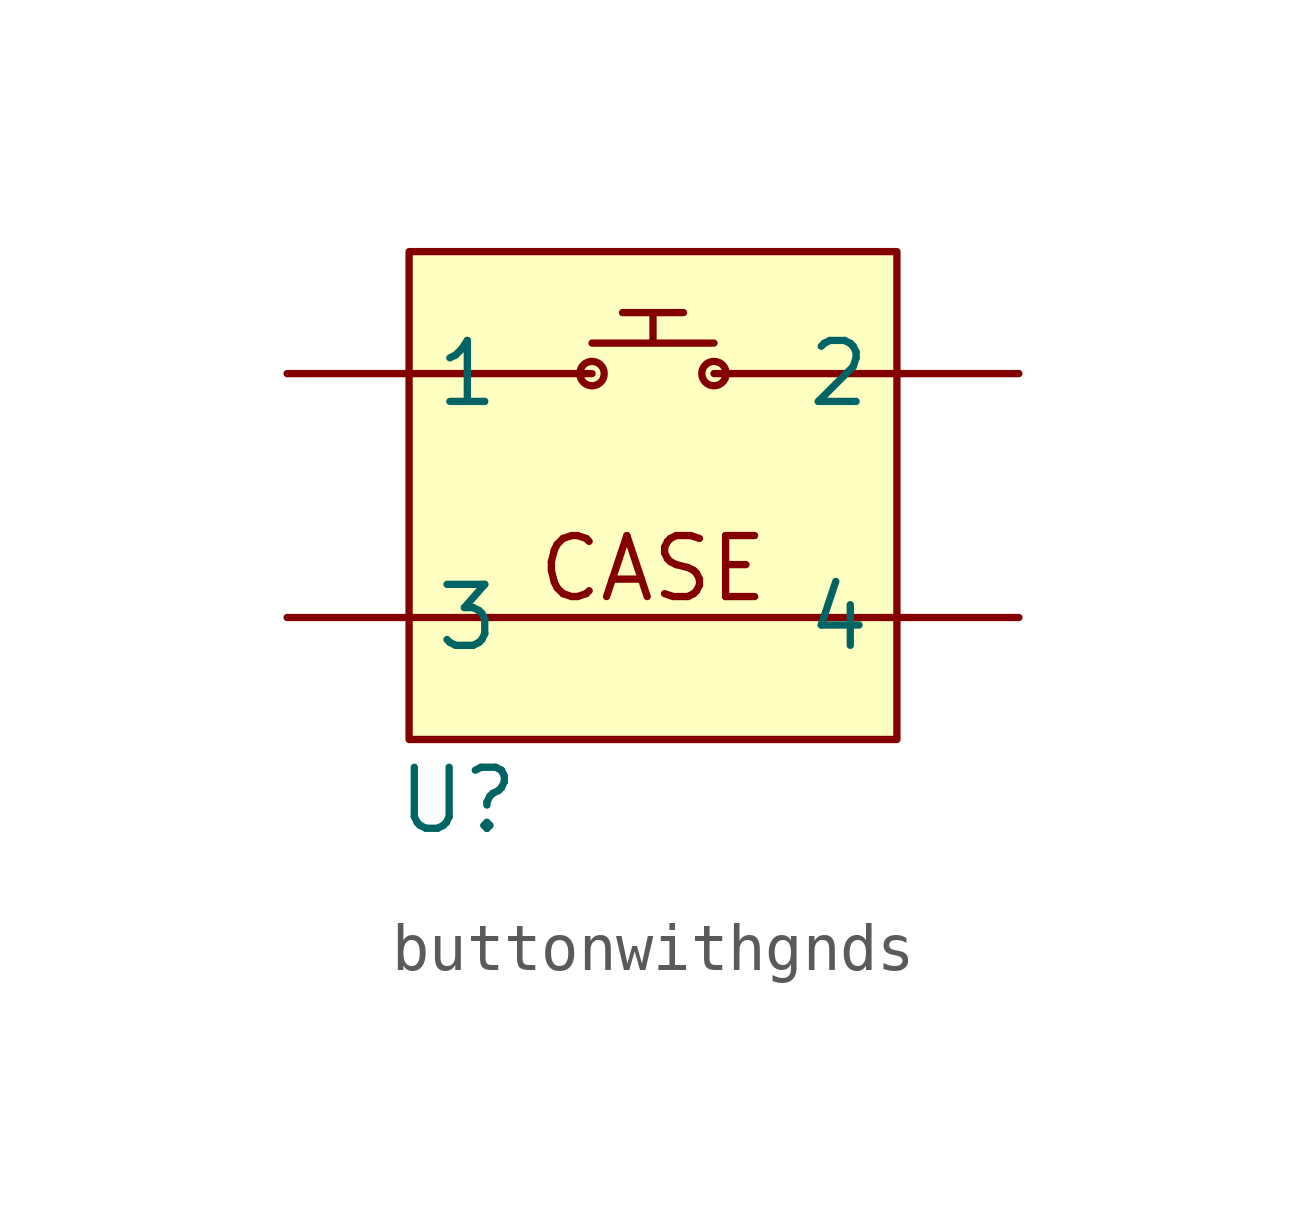
<source format=kicad_sym>
(kicad_symbol_lib
  (version 20231120)
  (generator "kicad_symbol_editor")
  (generator_version "8.0")
  (symbol "buttonwithgnds"
    (property "Reference" "U"
      (at 1.016 -1.27 0)
      (effects (font (size 1.27 1.27))))
    (property "Value" ""
      (at 0 0 0)
      (effects (font (size 1.27 1.27))))
    (symbol "buttonwithgnds_0_1"
      (polyline (pts (xy 0 2.54) (xy 10.16 2.54)) (stroke (width 0) (type default)) (fill (type none)))
      (rectangle (start 0 10.16) (end 10.16 0) (stroke (width 0) (type default)) (fill (type background))))
    (symbol "buttonwithgnds_1_1"
      (polyline (pts (xy 0 7.62) (xy 3.81 7.62)) (stroke (width 0) (type default)) (fill (type none)))
      (polyline (pts (xy 10.16 7.62) (xy 6.35 7.62)) (stroke (width 0) (type default)) (fill (type none)))
      (polyline (pts (xy 3.81 8.255) (xy 6.35 8.255) (xy 5.08 8.255) (xy 5.08 8.89) (xy 5.715 8.89) (xy 4.445 8.89)) (stroke (width 0) (type default)) (fill (type none)))
      (circle (center 3.81 7.62) (radius 0.254) (stroke (width 0) (type default)) (fill (type none)))
      (circle (center 6.35 7.62) (radius 0.254) (stroke (width 0) (type default)) (fill (type none)))
      (text "CASE" (at 5.08 3.556 0) (effects (font (size 1.27 1.27))))
      (pin input line (at -2.54 7.62 0) (length 2.54) (name "1" (effects (font (size 1.27 1.27)))) (number "" (effects (font (size 1.27 1.27)))))
      (pin input line (at 12.7 7.62 180) (length 2.54) (name "2" (effects (font (size 1.27 1.27)))) (number "" (effects (font (size 1.27 1.27)))))
      (pin input line (at -2.54 2.54 0) (length 2.54) (name "3" (effects (font (size 1.27 1.27)))) (number "" (effects (font (size 1.27 1.27)))))
      (pin input line (at 12.7 2.54 180) (length 2.54) (name "4" (effects (font (size 1.27 1.27)))) (number "" (effects (font (size 1.27 1.27))))))))
</source>
